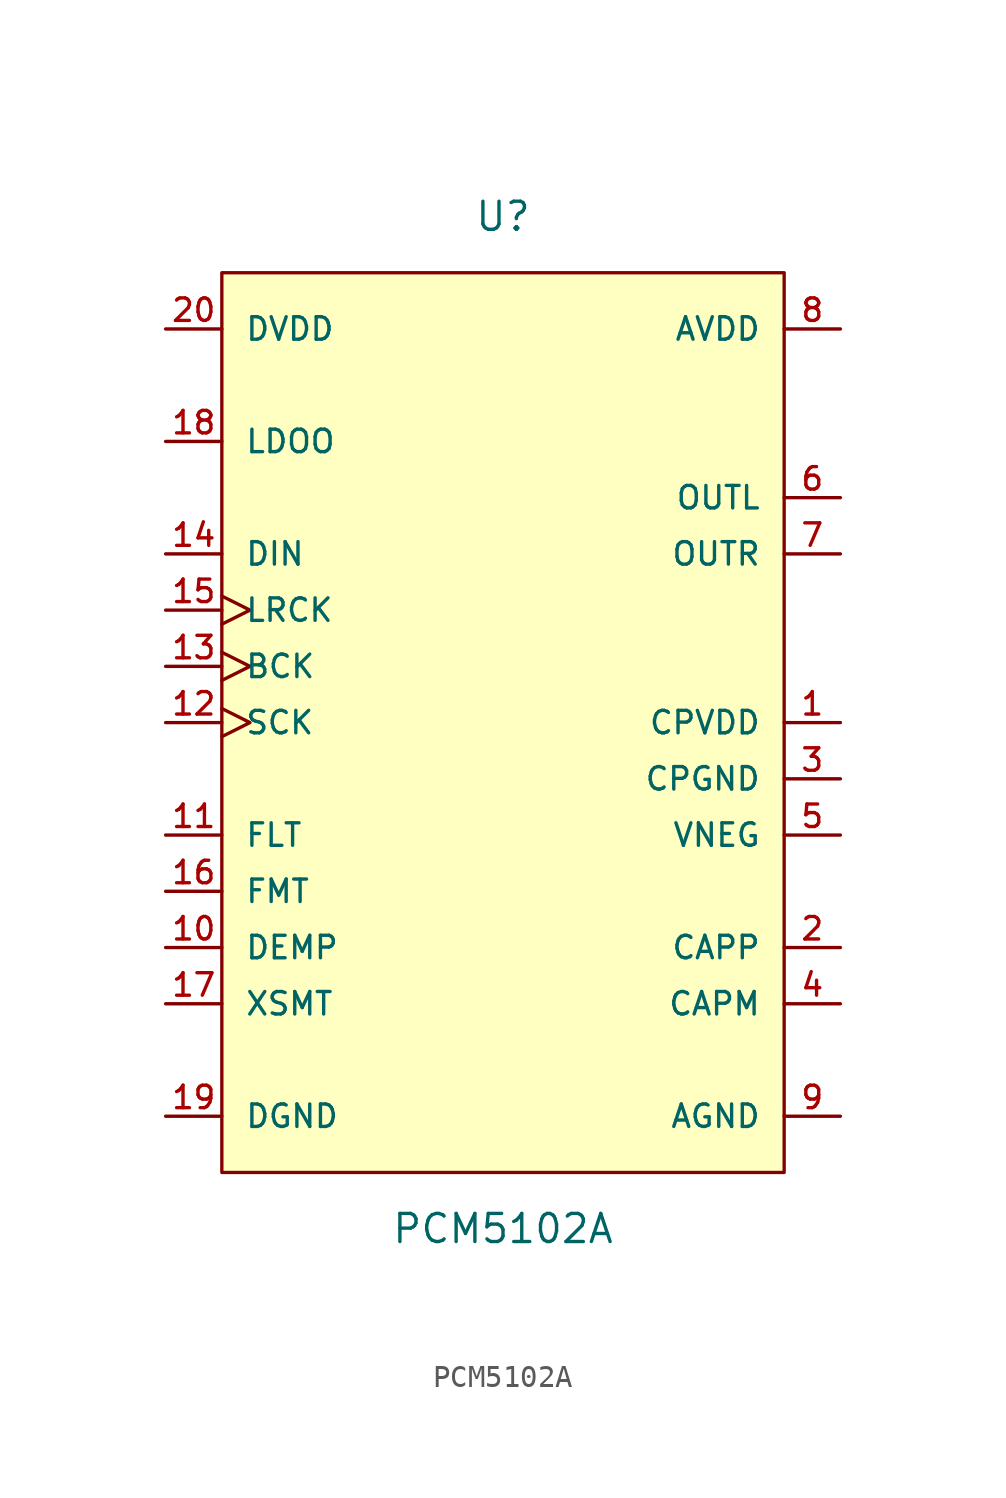
<source format=kicad_sym>
(kicad_symbol_lib
  (version 20211014)
  (generator kicad_symbol_editor)
  (symbol "PCM5102A"
    (pin_names
      (offset 1.016))
    (property "Reference" "U"
      (at 0.0 22.86 0)
      (effects (font (size 1.27 1.27))))
    (property "Value" "PCM5102A"
      (at 0.0 -22.86 0)
      (effects (font (size 1.27 1.27))))
    (symbol "PCM5102A_0_0"
      (rectangle (start -12.7 -20.32) (end 12.7 20.32) (stroke (width 0.15)) (fill (type background)))
      (pin power_in line (at 15.24 17.78 180.0) (length 2.54) (name "AVDD" (effects (font (size 1.016 1.016)))) (number "8" (effects (font (size 1.016 1.016)))))
      (pin power_in line (at -15.24 17.78 0) (length 2.54) (name "DVDD" (effects (font (size 1.016 1.016)))) (number "20" (effects (font (size 1.016 1.016)))))
      (pin power_in line (at 15.24 -17.78 180.0) (length 2.54) (name "AGND" (effects (font (size 1.016 1.016)))) (number "9" (effects (font (size 1.016 1.016)))))
      (pin power_in line (at -15.24 -17.78 0) (length 2.54) (name "DGND" (effects (font (size 1.016 1.016)))) (number "19" (effects (font (size 1.016 1.016)))))
      (pin input line (at -15.24 7.62 0) (length 2.54) (name "DIN" (effects (font (size 1.016 1.016)))) (number "14" (effects (font (size 1.016 1.016)))))
      (pin output line (at 15.24 -12.7 180.0) (length 2.54) (name "CAPM" (effects (font (size 1.016 1.016)))) (number "4" (effects (font (size 1.016 1.016)))))
      (pin output line (at 15.24 -10.16 180.0) (length 2.54) (name "CAPP" (effects (font (size 1.016 1.016)))) (number "2" (effects (font (size 1.016 1.016)))))
      (pin power_in line (at 15.24 0.0 180.0) (length 2.54) (name "CPVDD" (effects (font (size 1.016 1.016)))) (number "1" (effects (font (size 1.016 1.016)))))
      (pin power_in line (at 15.24 -2.54 180.0) (length 2.54) (name "CPGND" (effects (font (size 1.016 1.016)))) (number "3" (effects (font (size 1.016 1.016)))))
      (pin input clock (at -15.24 2.54 0) (length 2.54) (name "BCK" (effects (font (size 1.016 1.016)))) (number "13" (effects (font (size 1.016 1.016)))))
      (pin input clock (at -15.24 5.08 0) (length 2.54) (name "LRCK" (effects (font (size 1.016 1.016)))) (number "15" (effects (font (size 1.016 1.016)))))
      (pin input line (at -15.24 -10.16 0) (length 2.54) (name "DEMP" (effects (font (size 1.016 1.016)))) (number "10" (effects (font (size 1.016 1.016)))))
      (pin input line (at -15.24 -5.08 0) (length 2.54) (name "FLT" (effects (font (size 1.016 1.016)))) (number "11" (effects (font (size 1.016 1.016)))))
      (pin power_in line (at -15.24 12.7 0) (length 2.54) (name "LDOO" (effects (font (size 1.016 1.016)))) (number "18" (effects (font (size 1.016 1.016)))))
      (pin input line (at -15.24 -7.62 0) (length 2.54) (name "FMT" (effects (font (size 1.016 1.016)))) (number "16" (effects (font (size 1.016 1.016)))))
      (pin output line (at 15.24 10.16 180.0) (length 2.54) (name "OUTL" (effects (font (size 1.016 1.016)))) (number "6" (effects (font (size 1.016 1.016)))))
      (pin output line (at 15.24 7.62 180.0) (length 2.54) (name "OUTR" (effects (font (size 1.016 1.016)))) (number "7" (effects (font (size 1.016 1.016)))))
      (pin output line (at 15.24 -5.08 180.0) (length 2.54) (name "VNEG" (effects (font (size 1.016 1.016)))) (number "5" (effects (font (size 1.016 1.016)))))
      (pin input clock (at -15.24 0.0 0) (length 2.54) (name "SCK" (effects (font (size 1.016 1.016)))) (number "12" (effects (font (size 1.016 1.016)))))
      (pin input line (at -15.24 -12.7 0) (length 2.54) (name "XSMT" (effects (font (size 1.016 1.016)))) (number "17" (effects (font (size 1.016 1.016))))))))
</source>
